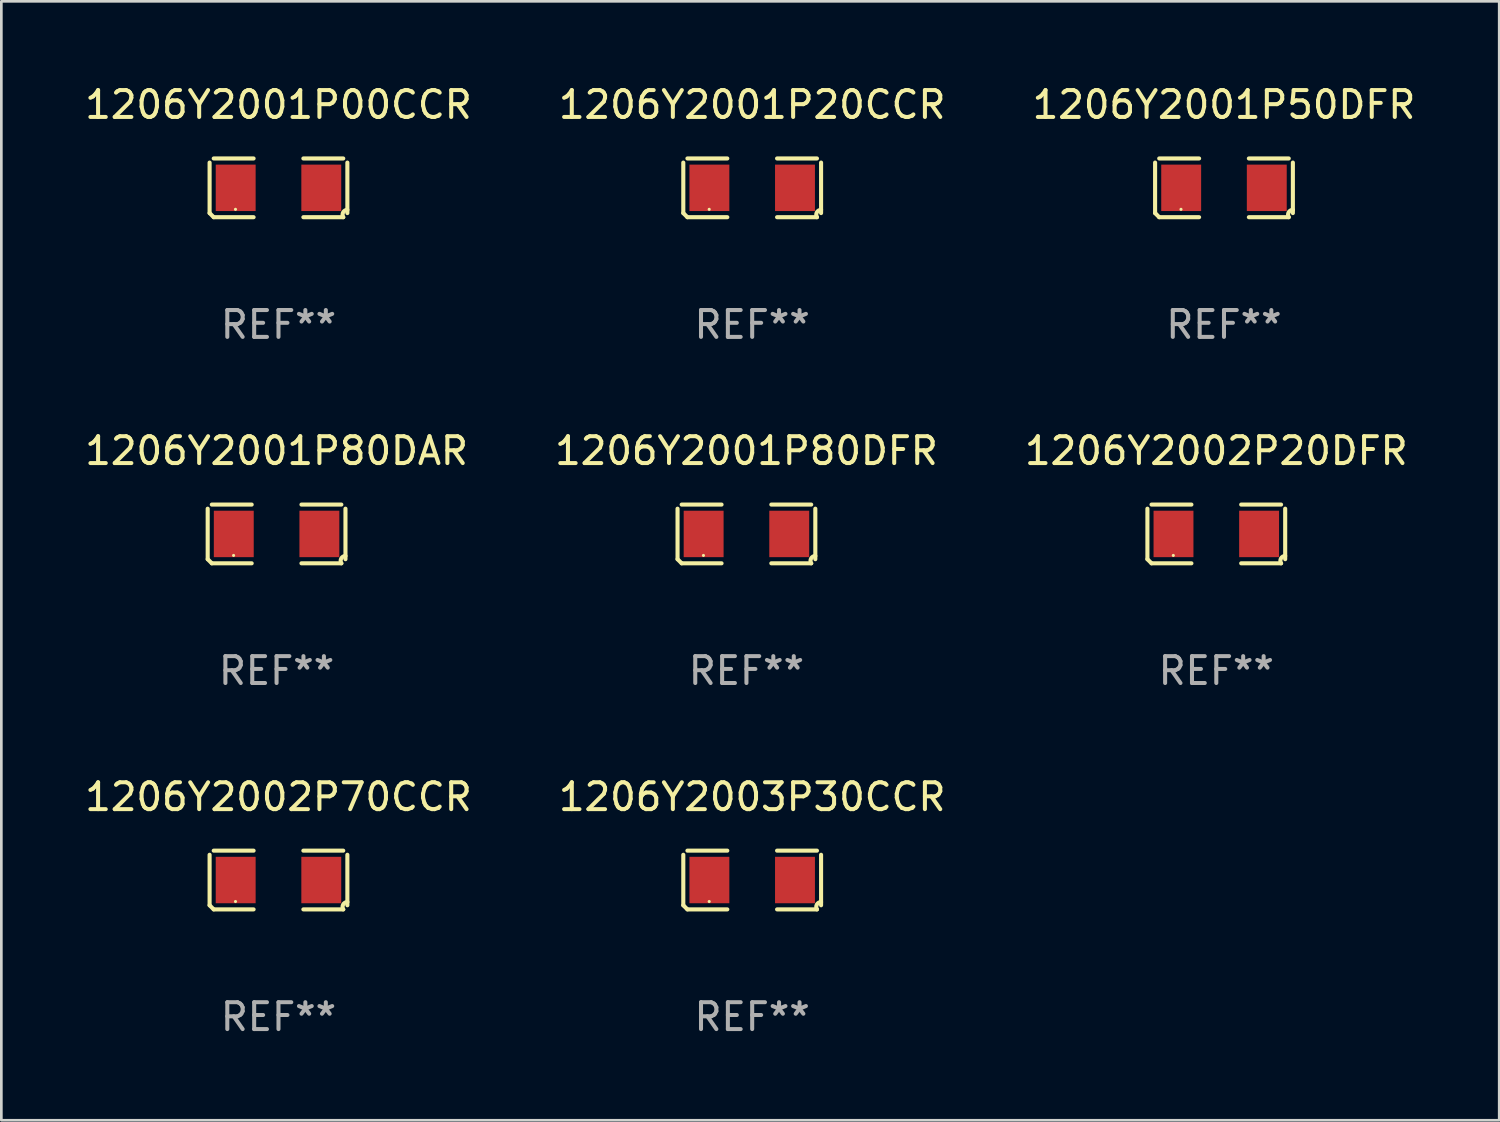
<source format=kicad_pcb>
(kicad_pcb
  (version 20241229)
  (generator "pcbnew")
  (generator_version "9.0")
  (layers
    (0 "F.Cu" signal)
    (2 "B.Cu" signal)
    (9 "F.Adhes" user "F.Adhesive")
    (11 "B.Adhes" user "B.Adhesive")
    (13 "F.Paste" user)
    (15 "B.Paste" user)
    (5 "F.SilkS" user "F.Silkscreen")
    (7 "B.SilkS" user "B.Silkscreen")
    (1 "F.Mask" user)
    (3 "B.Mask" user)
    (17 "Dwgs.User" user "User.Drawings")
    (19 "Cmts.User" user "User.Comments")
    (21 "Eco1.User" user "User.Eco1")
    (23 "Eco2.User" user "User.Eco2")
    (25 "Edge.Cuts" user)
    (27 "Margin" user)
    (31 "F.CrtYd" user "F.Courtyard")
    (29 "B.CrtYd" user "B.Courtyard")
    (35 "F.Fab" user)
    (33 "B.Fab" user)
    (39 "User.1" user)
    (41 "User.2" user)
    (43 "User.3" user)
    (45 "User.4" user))
  (footprint "1206Y2001P80DFR"
    (layer "F.Cu")
    (at 24.732 16.823)
    (property "Reference" "1206Y2001P80DFR" (at 0 -3.093 0) (layer "F.SilkS") (effects (font (size 1 1) (thickness 0.15))))
    (attr through_hole)
    (fp_line (start -2.564 0.94) (end -2.564 -0.94) (stroke (width 0.152) (type solid)) (layer "F.SilkS"))
    (fp_line (start -2.411 -1.093) (end -0.926 -1.093) (stroke (width 0.152) (type solid)) (layer "F.SilkS"))
    (fp_line (start -0.926 1.093) (end -2.411 1.093) (stroke (width 0.152) (type solid)) (layer "F.SilkS"))
    (fp_line (start 0.926 1.093) (end 2.411 1.093) (stroke (width 0.152) (type solid)) (layer "F.SilkS"))
    (fp_line (start 2.411 -1.093) (end 0.926 -1.093) (stroke (width 0.152) (type solid)) (layer "F.SilkS"))
    (fp_line (start 2.564 0.94) (end 2.564 -0.94) (stroke (width 0.152) (type solid)) (layer "F.SilkS"))
    (fp_arc (start -2.411201 1.092609) (mid -2.487413 1.01642) (end -2.563602 0.940208) (stroke (width 0.1524) (type solid)) (layer "F.SilkS"))
    (fp_arc (start 2.411201 1.092609) (mid 2.407159 0.911226) (end 2.563602 0.819347) (stroke (width 0.1524) (type solid)) (layer "F.SilkS"))
    (fp_circle (center -1.6 0.8) (end -1.57 0.8) (stroke (width 0.06) (type solid)) (fill no) (layer "F.SilkS"))
    (fp_text user "REF**" (at 0 5.093 0) (layer "F.Fab") (effects (font (size 1 1) (thickness 0.15))))
    (pad "1" smd rect (at -1.593 0) (size 1.485 1.728) (layers "F.Cu" "F.Mask" "F.Paste"))
    (pad "2" smd rect (at 1.593 0) (size 1.485 1.728) (layers "F.Cu" "F.Mask" "F.Paste")))
  (footprint "1206Y2001P50DFR"
    (layer "F.Cu")
    (at 42.506 3.941)
    (property "Reference" "1206Y2001P50DFR" (at 0 -3.093 0) (layer "F.SilkS") (effects (font (size 1 1) (thickness 0.15))))
    (attr through_hole)
    (fp_line (start -2.564 0.94) (end -2.564 -0.94) (stroke (width 0.152) (type solid)) (layer "F.SilkS"))
    (fp_line (start -2.411 -1.093) (end -0.926 -1.093) (stroke (width 0.152) (type solid)) (layer "F.SilkS"))
    (fp_line (start -0.926 1.093) (end -2.411 1.093) (stroke (width 0.152) (type solid)) (layer "F.SilkS"))
    (fp_line (start 0.926 1.093) (end 2.411 1.093) (stroke (width 0.152) (type solid)) (layer "F.SilkS"))
    (fp_line (start 2.411 -1.093) (end 0.926 -1.093) (stroke (width 0.152) (type solid)) (layer "F.SilkS"))
    (fp_line (start 2.564 0.94) (end 2.564 -0.94) (stroke (width 0.152) (type solid)) (layer "F.SilkS"))
    (fp_arc (start -2.411201 1.092609) (mid -2.487413 1.01642) (end -2.563602 0.940208) (stroke (width 0.1524) (type solid)) (layer "F.SilkS"))
    (fp_arc (start 2.411201 1.092609) (mid 2.407159 0.911226) (end 2.563602 0.819347) (stroke (width 0.1524) (type solid)) (layer "F.SilkS"))
    (fp_circle (center -1.6 0.8) (end -1.57 0.8) (stroke (width 0.06) (type solid)) (fill no) (layer "F.SilkS"))
    (fp_text user "REF**" (at 0 5.093 0) (layer "F.Fab") (effects (font (size 1 1) (thickness 0.15))))
    (pad "1" smd rect (at -1.593 0) (size 1.485 1.728) (layers "F.Cu" "F.Mask" "F.Paste"))
    (pad "2" smd rect (at 1.593 0) (size 1.485 1.728) (layers "F.Cu" "F.Mask" "F.Paste")))
  (footprint "1206Y2001P00CCR"
    (layer "F.Cu")
    (at 7.315 3.941)
    (property "Reference" "1206Y2001P00CCR" (at 0 -3.093 0) (layer "F.SilkS") (effects (font (size 1 1) (thickness 0.15))))
    (attr through_hole)
    (fp_line (start -2.564 0.94) (end -2.564 -0.94) (stroke (width 0.152) (type solid)) (layer "F.SilkS"))
    (fp_line (start -2.411 -1.093) (end -0.926 -1.093) (stroke (width 0.152) (type solid)) (layer "F.SilkS"))
    (fp_line (start -0.926 1.093) (end -2.411 1.093) (stroke (width 0.152) (type solid)) (layer "F.SilkS"))
    (fp_line (start 0.926 1.093) (end 2.411 1.093) (stroke (width 0.152) (type solid)) (layer "F.SilkS"))
    (fp_line (start 2.411 -1.093) (end 0.926 -1.093) (stroke (width 0.152) (type solid)) (layer "F.SilkS"))
    (fp_line (start 2.564 0.94) (end 2.564 -0.94) (stroke (width 0.152) (type solid)) (layer "F.SilkS"))
    (fp_arc (start -2.411201 1.092609) (mid -2.487413 1.01642) (end -2.563602 0.940208) (stroke (width 0.1524) (type solid)) (layer "F.SilkS"))
    (fp_arc (start 2.411201 1.092609) (mid 2.407159 0.911226) (end 2.563602 0.819347) (stroke (width 0.1524) (type solid)) (layer "F.SilkS"))
    (fp_circle (center -1.6 0.8) (end -1.57 0.8) (stroke (width 0.06) (type solid)) (fill no) (layer "F.SilkS"))
    (fp_text user "REF**" (at 0 5.093 0) (layer "F.Fab") (effects (font (size 1 1) (thickness 0.15))))
    (pad "1" smd rect (at -1.593 0) (size 1.485 1.728) (layers "F.Cu" "F.Mask" "F.Paste"))
    (pad "2" smd rect (at 1.593 0) (size 1.485 1.728) (layers "F.Cu" "F.Mask" "F.Paste")))
  (footprint "1206Y2003P30CCR"
    (layer "F.Cu")
    (at 24.946 29.704)
    (property "Reference" "1206Y2003P30CCR" (at 0 -3.093 0) (layer "F.SilkS") (effects (font (size 1 1) (thickness 0.15))))
    (attr through_hole)
    (fp_line (start -2.564 0.94) (end -2.564 -0.94) (stroke (width 0.152) (type solid)) (layer "F.SilkS"))
    (fp_line (start -2.411 -1.093) (end -0.926 -1.093) (stroke (width 0.152) (type solid)) (layer "F.SilkS"))
    (fp_line (start -0.926 1.093) (end -2.411 1.093) (stroke (width 0.152) (type solid)) (layer "F.SilkS"))
    (fp_line (start 0.926 1.093) (end 2.411 1.093) (stroke (width 0.152) (type solid)) (layer "F.SilkS"))
    (fp_line (start 2.411 -1.093) (end 0.926 -1.093) (stroke (width 0.152) (type solid)) (layer "F.SilkS"))
    (fp_line (start 2.564 0.94) (end 2.564 -0.94) (stroke (width 0.152) (type solid)) (layer "F.SilkS"))
    (fp_arc (start -2.411201 1.092609) (mid -2.487413 1.01642) (end -2.563602 0.940208) (stroke (width 0.1524) (type solid)) (layer "F.SilkS"))
    (fp_arc (start 2.411201 1.092609) (mid 2.407159 0.911226) (end 2.563602 0.819347) (stroke (width 0.1524) (type solid)) (layer "F.SilkS"))
    (fp_circle (center -1.6 0.8) (end -1.57 0.8) (stroke (width 0.06) (type solid)) (fill no) (layer "F.SilkS"))
    (fp_text user "REF**" (at 0 5.093 0) (layer "F.Fab") (effects (font (size 1 1) (thickness 0.15))))
    (pad "1" smd rect (at -1.593 0) (size 1.485 1.728) (layers "F.Cu" "F.Mask" "F.Paste"))
    (pad "2" smd rect (at 1.593 0) (size 1.485 1.728) (layers "F.Cu" "F.Mask" "F.Paste")))
  (footprint "1206Y2002P70CCR"
    (layer "F.Cu")
    (at 7.315 29.704)
    (property "Reference" "1206Y2002P70CCR" (at 0 -3.093 0) (layer "F.SilkS") (effects (font (size 1 1) (thickness 0.15))))
    (attr through_hole)
    (fp_line (start -2.564 0.94) (end -2.564 -0.94) (stroke (width 0.152) (type solid)) (layer "F.SilkS"))
    (fp_line (start -2.411 -1.093) (end -0.926 -1.093) (stroke (width 0.152) (type solid)) (layer "F.SilkS"))
    (fp_line (start -0.926 1.093) (end -2.411 1.093) (stroke (width 0.152) (type solid)) (layer "F.SilkS"))
    (fp_line (start 0.926 1.093) (end 2.411 1.093) (stroke (width 0.152) (type solid)) (layer "F.SilkS"))
    (fp_line (start 2.411 -1.093) (end 0.926 -1.093) (stroke (width 0.152) (type solid)) (layer "F.SilkS"))
    (fp_line (start 2.564 0.94) (end 2.564 -0.94) (stroke (width 0.152) (type solid)) (layer "F.SilkS"))
    (fp_arc (start -2.411201 1.092609) (mid -2.487413 1.01642) (end -2.563602 0.940208) (stroke (width 0.1524) (type solid)) (layer "F.SilkS"))
    (fp_arc (start 2.411201 1.092609) (mid 2.407159 0.911226) (end 2.563602 0.819347) (stroke (width 0.1524) (type solid)) (layer "F.SilkS"))
    (fp_circle (center -1.6 0.8) (end -1.57 0.8) (stroke (width 0.06) (type solid)) (fill no) (layer "F.SilkS"))
    (fp_text user "REF**" (at 0 5.093 0) (layer "F.Fab") (effects (font (size 1 1) (thickness 0.15))))
    (pad "1" smd rect (at -1.593 0) (size 1.485 1.728) (layers "F.Cu" "F.Mask" "F.Paste"))
    (pad "2" smd rect (at 1.593 0) (size 1.485 1.728) (layers "F.Cu" "F.Mask" "F.Paste")))
  (footprint "1206Y2002P20DFR"
    (layer "F.Cu")
    (at 42.22 16.823)
    (property "Reference" "1206Y2002P20DFR" (at 0 -3.093 0) (layer "F.SilkS") (effects (font (size 1 1) (thickness 0.15))))
    (attr through_hole)
    (fp_line (start -2.564 0.94) (end -2.564 -0.94) (stroke (width 0.152) (type solid)) (layer "F.SilkS"))
    (fp_line (start -2.411 -1.093) (end -0.926 -1.093) (stroke (width 0.152) (type solid)) (layer "F.SilkS"))
    (fp_line (start -0.926 1.093) (end -2.411 1.093) (stroke (width 0.152) (type solid)) (layer "F.SilkS"))
    (fp_line (start 0.926 1.093) (end 2.411 1.093) (stroke (width 0.152) (type solid)) (layer "F.SilkS"))
    (fp_line (start 2.411 -1.093) (end 0.926 -1.093) (stroke (width 0.152) (type solid)) (layer "F.SilkS"))
    (fp_line (start 2.564 0.94) (end 2.564 -0.94) (stroke (width 0.152) (type solid)) (layer "F.SilkS"))
    (fp_arc (start -2.411201 1.092609) (mid -2.487413 1.01642) (end -2.563602 0.940208) (stroke (width 0.1524) (type solid)) (layer "F.SilkS"))
    (fp_arc (start 2.411201 1.092609) (mid 2.407159 0.911226) (end 2.563602 0.819347) (stroke (width 0.1524) (type solid)) (layer "F.SilkS"))
    (fp_circle (center -1.6 0.8) (end -1.57 0.8) (stroke (width 0.06) (type solid)) (fill no) (layer "F.SilkS"))
    (fp_text user "REF**" (at 0 5.093 0) (layer "F.Fab") (effects (font (size 1 1) (thickness 0.15))))
    (pad "1" smd rect (at -1.593 0) (size 1.485 1.728) (layers "F.Cu" "F.Mask" "F.Paste"))
    (pad "2" smd rect (at 1.593 0) (size 1.485 1.728) (layers "F.Cu" "F.Mask" "F.Paste")))
  (footprint "1206Y2001P80DAR"
    (layer "F.Cu")
    (at 7.244 16.823)
    (property "Reference" "1206Y2001P80DAR" (at 0 -3.093 0) (layer "F.SilkS") (effects (font (size 1 1) (thickness 0.15))))
    (attr through_hole)
    (fp_line (start -2.564 0.94) (end -2.564 -0.94) (stroke (width 0.152) (type solid)) (layer "F.SilkS"))
    (fp_line (start -2.411 -1.093) (end -0.926 -1.093) (stroke (width 0.152) (type solid)) (layer "F.SilkS"))
    (fp_line (start -0.926 1.093) (end -2.411 1.093) (stroke (width 0.152) (type solid)) (layer "F.SilkS"))
    (fp_line (start 0.926 1.093) (end 2.411 1.093) (stroke (width 0.152) (type solid)) (layer "F.SilkS"))
    (fp_line (start 2.411 -1.093) (end 0.926 -1.093) (stroke (width 0.152) (type solid)) (layer "F.SilkS"))
    (fp_line (start 2.564 0.94) (end 2.564 -0.94) (stroke (width 0.152) (type solid)) (layer "F.SilkS"))
    (fp_arc (start -2.411201 1.092609) (mid -2.487413 1.01642) (end -2.563602 0.940208) (stroke (width 0.1524) (type solid)) (layer "F.SilkS"))
    (fp_arc (start 2.411201 1.092609) (mid 2.407159 0.911226) (end 2.563602 0.819347) (stroke (width 0.1524) (type solid)) (layer "F.SilkS"))
    (fp_circle (center -1.6 0.8) (end -1.57 0.8) (stroke (width 0.06) (type solid)) (fill no) (layer "F.SilkS"))
    (fp_text user "REF**" (at 0 5.093 0) (layer "F.Fab") (effects (font (size 1 1) (thickness 0.15))))
    (pad "1" smd rect (at -1.593 0) (size 1.485 1.728) (layers "F.Cu" "F.Mask" "F.Paste"))
    (pad "2" smd rect (at 1.593 0) (size 1.485 1.728) (layers "F.Cu" "F.Mask" "F.Paste")))
  (footprint "1206Y2001P20CCR"
    (layer "F.Cu")
    (at 24.946 3.941)
    (property "Reference" "1206Y2001P20CCR" (at 0 -3.093 0) (layer "F.SilkS") (effects (font (size 1 1) (thickness 0.15))))
    (attr through_hole)
    (fp_line (start -2.564 0.94) (end -2.564 -0.94) (stroke (width 0.152) (type solid)) (layer "F.SilkS"))
    (fp_line (start -2.411 -1.093) (end -0.926 -1.093) (stroke (width 0.152) (type solid)) (layer "F.SilkS"))
    (fp_line (start -0.926 1.093) (end -2.411 1.093) (stroke (width 0.152) (type solid)) (layer "F.SilkS"))
    (fp_line (start 0.926 1.093) (end 2.411 1.093) (stroke (width 0.152) (type solid)) (layer "F.SilkS"))
    (fp_line (start 2.411 -1.093) (end 0.926 -1.093) (stroke (width 0.152) (type solid)) (layer "F.SilkS"))
    (fp_line (start 2.564 0.94) (end 2.564 -0.94) (stroke (width 0.152) (type solid)) (layer "F.SilkS"))
    (fp_arc (start -2.411201 1.092609) (mid -2.487413 1.01642) (end -2.563602 0.940208) (stroke (width 0.1524) (type solid)) (layer "F.SilkS"))
    (fp_arc (start 2.411201 1.092609) (mid 2.407159 0.911226) (end 2.563602 0.819347) (stroke (width 0.1524) (type solid)) (layer "F.SilkS"))
    (fp_circle (center -1.6 0.8) (end -1.57 0.8) (stroke (width 0.06) (type solid)) (fill no) (layer "F.SilkS"))
    (fp_text user "REF**" (at 0 5.093 0) (layer "F.Fab") (effects (font (size 1 1) (thickness 0.15))))
    (pad "1" smd rect (at -1.593 0) (size 1.485 1.728) (layers "F.Cu" "F.Mask" "F.Paste"))
    (pad "2" smd rect (at 1.593 0) (size 1.485 1.728) (layers "F.Cu" "F.Mask" "F.Paste")))
  (gr_rect
    (start -3 -3)
    (end 52.75 38.645)
    (stroke (width 0.1) (type default))
    (fill no)
    (layer "Edge.Cuts")))
</source>
